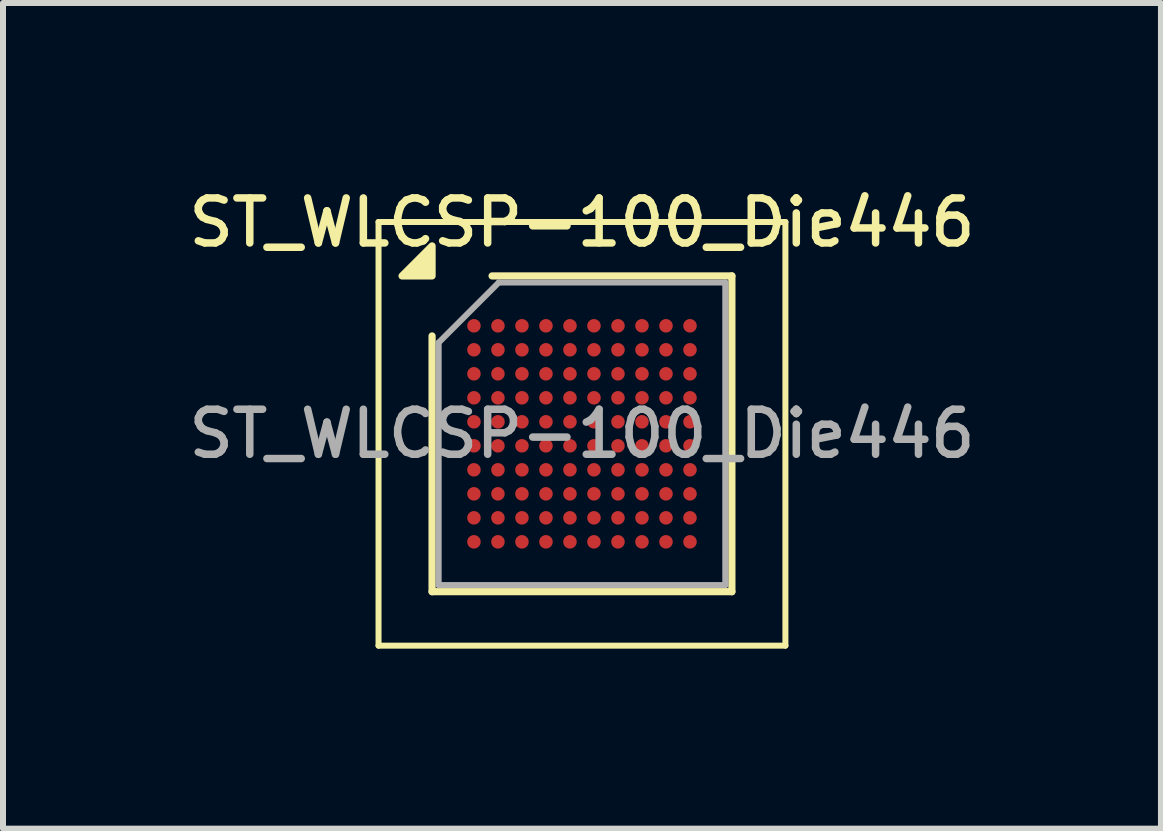
<source format=kicad_pcb>
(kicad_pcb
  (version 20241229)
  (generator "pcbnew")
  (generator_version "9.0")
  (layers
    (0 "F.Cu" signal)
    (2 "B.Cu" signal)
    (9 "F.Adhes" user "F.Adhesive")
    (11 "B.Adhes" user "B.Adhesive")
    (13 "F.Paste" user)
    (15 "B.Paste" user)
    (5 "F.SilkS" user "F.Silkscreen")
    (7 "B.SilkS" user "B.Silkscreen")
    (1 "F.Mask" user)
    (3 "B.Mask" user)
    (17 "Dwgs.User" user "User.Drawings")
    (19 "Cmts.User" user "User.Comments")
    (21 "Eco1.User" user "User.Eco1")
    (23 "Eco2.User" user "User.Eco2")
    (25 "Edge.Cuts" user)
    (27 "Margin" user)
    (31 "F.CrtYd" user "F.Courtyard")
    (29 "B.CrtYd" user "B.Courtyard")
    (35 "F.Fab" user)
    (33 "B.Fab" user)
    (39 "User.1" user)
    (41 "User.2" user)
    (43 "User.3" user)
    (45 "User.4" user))
  (footprint "ST_WLCSP-100_Die446"
    (layer "F.Cu")
    (at 6.648 4.179)
    (property "Reference" "ST_WLCSP-100_Die446" (at 0 -3.521 0) (layer "F.SilkS") (effects (font (size 0.75 0.75) (thickness 0.125))))
    (attr smd)
    (fp_line (start -3.39 -3.53) (end -3.39 3.53) (stroke (width 0.1) (type solid)) (layer "F.SilkS"))
    (fp_line (start -3.39 3.53) (end 3.39 3.53) (stroke (width 0.1) (type solid)) (layer "F.SilkS"))
    (fp_line (start -2.498 2.631) (end -2.498 -1.631) (stroke (width 0.12) (type solid)) (layer "F.SilkS"))
    (fp_line (start -1.498 -2.631) (end 2.498 -2.631) (stroke (width 0.12) (type solid)) (layer "F.SilkS"))
    (fp_line (start 2.498 -2.631) (end 2.498 2.631) (stroke (width 0.12) (type solid)) (layer "F.SilkS"))
    (fp_line (start 2.498 2.631) (end -2.498 2.631) (stroke (width 0.12) (type solid)) (layer "F.SilkS"))
    (fp_line (start 3.39 -3.53) (end -3.39 -3.53) (stroke (width 0.1) (type solid)) (layer "F.SilkS"))
    (fp_line (start 3.39 3.53) (end 3.39 -3.53) (stroke (width 0.1) (type solid)) (layer "F.SilkS"))
    (fp_poly (pts (xy -2.498 -2.631) (xy -2.998 -2.631) (xy -2.498 -3.131) (xy -2.498 -2.631)) (stroke (width 0.12) (type solid)) (fill yes) (layer "F.SilkS"))
    (fp_line (start -2.388 -1.52) (end -1.387 -2.521) (stroke (width 0.1) (type solid)) (layer "F.Fab"))
    (fp_line (start -2.388 2.521) (end -2.388 -1.52) (stroke (width 0.1) (type solid)) (layer "F.Fab"))
    (fp_line (start -1.387 -2.521) (end 2.388 -2.521) (stroke (width 0.1) (type solid)) (layer "F.Fab"))
    (fp_line (start 2.388 -2.521) (end 2.388 2.521) (stroke (width 0.1) (type solid)) (layer "F.Fab"))
    (fp_line (start 2.388 2.521) (end -2.388 2.521) (stroke (width 0.1) (type solid)) (layer "F.Fab"))
    (fp_text user "${REFERENCE}" (at 0 0 0) (layer "F.Fab") (effects (font (size 0.75 0.75) (thickness 0.125))))
    (pad "A1" smd circle (at -1.8 -1.8) (size 0.225 0.225) (property pad_prop_bga) (layers "F.Cu" "F.Mask" "F.Paste"))
    (pad "A2" smd circle (at -1.4 -1.8) (size 0.225 0.225) (property pad_prop_bga) (layers "F.Cu" "F.Mask" "F.Paste"))
    (pad "A3" smd circle (at -1 -1.8) (size 0.225 0.225) (property pad_prop_bga) (layers "F.Cu" "F.Mask" "F.Paste"))
    (pad "A4" smd circle (at -0.6 -1.8) (size 0.225 0.225) (property pad_prop_bga) (layers "F.Cu" "F.Mask" "F.Paste"))
    (pad "A5" smd circle (at -0.2 -1.8) (size 0.225 0.225) (property pad_prop_bga) (layers "F.Cu" "F.Mask" "F.Paste"))
    (pad "A6" smd circle (at 0.2 -1.8) (size 0.225 0.225) (property pad_prop_bga) (layers "F.Cu" "F.Mask" "F.Paste"))
    (pad "A7" smd circle (at 0.6 -1.8) (size 0.225 0.225) (property pad_prop_bga) (layers "F.Cu" "F.Mask" "F.Paste"))
    (pad "A8" smd circle (at 1 -1.8) (size 0.225 0.225) (property pad_prop_bga) (layers "F.Cu" "F.Mask" "F.Paste"))
    (pad "A9" smd circle (at 1.4 -1.8) (size 0.225 0.225) (property pad_prop_bga) (layers "F.Cu" "F.Mask" "F.Paste"))
    (pad "A10" smd circle (at 1.8 -1.8) (size 0.225 0.225) (property pad_prop_bga) (layers "F.Cu" "F.Mask" "F.Paste"))
    (pad "B1" smd circle (at -1.8 -1.4) (size 0.225 0.225) (property pad_prop_bga) (layers "F.Cu" "F.Mask" "F.Paste"))
    (pad "B2" smd circle (at -1.4 -1.4) (size 0.225 0.225) (property pad_prop_bga) (layers "F.Cu" "F.Mask" "F.Paste"))
    (pad "B3" smd circle (at -1 -1.4) (size 0.225 0.225) (property pad_prop_bga) (layers "F.Cu" "F.Mask" "F.Paste"))
    (pad "B4" smd circle (at -0.6 -1.4) (size 0.225 0.225) (property pad_prop_bga) (layers "F.Cu" "F.Mask" "F.Paste"))
    (pad "B5" smd circle (at -0.2 -1.4) (size 0.225 0.225) (property pad_prop_bga) (layers "F.Cu" "F.Mask" "F.Paste"))
    (pad "B6" smd circle (at 0.2 -1.4) (size 0.225 0.225) (property pad_prop_bga) (layers "F.Cu" "F.Mask" "F.Paste"))
    (pad "B7" smd circle (at 0.6 -1.4) (size 0.225 0.225) (property pad_prop_bga) (layers "F.Cu" "F.Mask" "F.Paste"))
    (pad "B8" smd circle (at 1 -1.4) (size 0.225 0.225) (property pad_prop_bga) (layers "F.Cu" "F.Mask" "F.Paste"))
    (pad "B9" smd circle (at 1.4 -1.4) (size 0.225 0.225) (property pad_prop_bga) (layers "F.Cu" "F.Mask" "F.Paste"))
    (pad "B10" smd circle (at 1.8 -1.4) (size 0.225 0.225) (property pad_prop_bga) (layers "F.Cu" "F.Mask" "F.Paste"))
    (pad "C1" smd circle (at -1.8 -1) (size 0.225 0.225) (property pad_prop_bga) (layers "F.Cu" "F.Mask" "F.Paste"))
    (pad "C2" smd circle (at -1.4 -1) (size 0.225 0.225) (property pad_prop_bga) (layers "F.Cu" "F.Mask" "F.Paste"))
    (pad "C3" smd circle (at -1 -1) (size 0.225 0.225) (property pad_prop_bga) (layers "F.Cu" "F.Mask" "F.Paste"))
    (pad "C4" smd circle (at -0.6 -1) (size 0.225 0.225) (property pad_prop_bga) (layers "F.Cu" "F.Mask" "F.Paste"))
    (pad "C5" smd circle (at -0.2 -1) (size 0.225 0.225) (property pad_prop_bga) (layers "F.Cu" "F.Mask" "F.Paste"))
    (pad "C6" smd circle (at 0.2 -1) (size 0.225 0.225) (property pad_prop_bga) (layers "F.Cu" "F.Mask" "F.Paste"))
    (pad "C7" smd circle (at 0.6 -1) (size 0.225 0.225) (property pad_prop_bga) (layers "F.Cu" "F.Mask" "F.Paste"))
    (pad "C8" smd circle (at 1 -1) (size 0.225 0.225) (property pad_prop_bga) (layers "F.Cu" "F.Mask" "F.Paste"))
    (pad "C9" smd circle (at 1.4 -1) (size 0.225 0.225) (property pad_prop_bga) (layers "F.Cu" "F.Mask" "F.Paste"))
    (pad "C10" smd circle (at 1.8 -1) (size 0.225 0.225) (property pad_prop_bga) (layers "F.Cu" "F.Mask" "F.Paste"))
    (pad "D1" smd circle (at -1.8 -0.6) (size 0.225 0.225) (property pad_prop_bga) (layers "F.Cu" "F.Mask" "F.Paste"))
    (pad "D2" smd circle (at -1.4 -0.6) (size 0.225 0.225) (property pad_prop_bga) (layers "F.Cu" "F.Mask" "F.Paste"))
    (pad "D3" smd circle (at -1 -0.6) (size 0.225 0.225) (property pad_prop_bga) (layers "F.Cu" "F.Mask" "F.Paste"))
    (pad "D4" smd circle (at -0.6 -0.6) (size 0.225 0.225) (property pad_prop_bga) (layers "F.Cu" "F.Mask" "F.Paste"))
    (pad "D5" smd circle (at -0.2 -0.6) (size 0.225 0.225) (property pad_prop_bga) (layers "F.Cu" "F.Mask" "F.Paste"))
    (pad "D6" smd circle (at 0.2 -0.6) (size 0.225 0.225) (property pad_prop_bga) (layers "F.Cu" "F.Mask" "F.Paste"))
    (pad "D7" smd circle (at 0.6 -0.6) (size 0.225 0.225) (property pad_prop_bga) (layers "F.Cu" "F.Mask" "F.Paste"))
    (pad "D8" smd circle (at 1 -0.6) (size 0.225 0.225) (property pad_prop_bga) (layers "F.Cu" "F.Mask" "F.Paste"))
    (pad "D9" smd circle (at 1.4 -0.6) (size 0.225 0.225) (property pad_prop_bga) (layers "F.Cu" "F.Mask" "F.Paste"))
    (pad "D10" smd circle (at 1.8 -0.6) (size 0.225 0.225) (property pad_prop_bga) (layers "F.Cu" "F.Mask" "F.Paste"))
    (pad "E1" smd circle (at -1.8 -0.2) (size 0.225 0.225) (property pad_prop_bga) (layers "F.Cu" "F.Mask" "F.Paste"))
    (pad "E2" smd circle (at -1.4 -0.2) (size 0.225 0.225) (property pad_prop_bga) (layers "F.Cu" "F.Mask" "F.Paste"))
    (pad "E3" smd circle (at -1 -0.2) (size 0.225 0.225) (property pad_prop_bga) (layers "F.Cu" "F.Mask" "F.Paste"))
    (pad "E4" smd circle (at -0.6 -0.2) (size 0.225 0.225) (property pad_prop_bga) (layers "F.Cu" "F.Mask" "F.Paste"))
    (pad "E5" smd circle (at -0.2 -0.2) (size 0.225 0.225) (property pad_prop_bga) (layers "F.Cu" "F.Mask" "F.Paste"))
    (pad "E6" smd circle (at 0.2 -0.2) (size 0.225 0.225) (property pad_prop_bga) (layers "F.Cu" "F.Mask" "F.Paste"))
    (pad "E7" smd circle (at 0.6 -0.2) (size 0.225 0.225) (property pad_prop_bga) (layers "F.Cu" "F.Mask" "F.Paste"))
    (pad "E8" smd circle (at 1 -0.2) (size 0.225 0.225) (property pad_prop_bga) (layers "F.Cu" "F.Mask" "F.Paste"))
    (pad "E9" smd circle (at 1.4 -0.2) (size 0.225 0.225) (property pad_prop_bga) (layers "F.Cu" "F.Mask" "F.Paste"))
    (pad "E10" smd circle (at 1.8 -0.2) (size 0.225 0.225) (property pad_prop_bga) (layers "F.Cu" "F.Mask" "F.Paste"))
    (pad "F1" smd circle (at -1.8 0.2) (size 0.225 0.225) (property pad_prop_bga) (layers "F.Cu" "F.Mask" "F.Paste"))
    (pad "F2" smd circle (at -1.4 0.2) (size 0.225 0.225) (property pad_prop_bga) (layers "F.Cu" "F.Mask" "F.Paste"))
    (pad "F3" smd circle (at -1 0.2) (size 0.225 0.225) (property pad_prop_bga) (layers "F.Cu" "F.Mask" "F.Paste"))
    (pad "F4" smd circle (at -0.6 0.2) (size 0.225 0.225) (property pad_prop_bga) (layers "F.Cu" "F.Mask" "F.Paste"))
    (pad "F5" smd circle (at -0.2 0.2) (size 0.225 0.225) (property pad_prop_bga) (layers "F.Cu" "F.Mask" "F.Paste"))
    (pad "F6" smd circle (at 0.2 0.2) (size 0.225 0.225) (property pad_prop_bga) (layers "F.Cu" "F.Mask" "F.Paste"))
    (pad "F7" smd circle (at 0.6 0.2) (size 0.225 0.225) (property pad_prop_bga) (layers "F.Cu" "F.Mask" "F.Paste"))
    (pad "F8" smd circle (at 1 0.2) (size 0.225 0.225) (property pad_prop_bga) (layers "F.Cu" "F.Mask" "F.Paste"))
    (pad "F9" smd circle (at 1.4 0.2) (size 0.225 0.225) (property pad_prop_bga) (layers "F.Cu" "F.Mask" "F.Paste"))
    (pad "F10" smd circle (at 1.8 0.2) (size 0.225 0.225) (property pad_prop_bga) (layers "F.Cu" "F.Mask" "F.Paste"))
    (pad "G1" smd circle (at -1.8 0.6) (size 0.225 0.225) (property pad_prop_bga) (layers "F.Cu" "F.Mask" "F.Paste"))
    (pad "G2" smd circle (at -1.4 0.6) (size 0.225 0.225) (property pad_prop_bga) (layers "F.Cu" "F.Mask" "F.Paste"))
    (pad "G3" smd circle (at -1 0.6) (size 0.225 0.225) (property pad_prop_bga) (layers "F.Cu" "F.Mask" "F.Paste"))
    (pad "G4" smd circle (at -0.6 0.6) (size 0.225 0.225) (property pad_prop_bga) (layers "F.Cu" "F.Mask" "F.Paste"))
    (pad "G5" smd circle (at -0.2 0.6) (size 0.225 0.225) (property pad_prop_bga) (layers "F.Cu" "F.Mask" "F.Paste"))
    (pad "G6" smd circle (at 0.2 0.6) (size 0.225 0.225) (property pad_prop_bga) (layers "F.Cu" "F.Mask" "F.Paste"))
    (pad "G7" smd circle (at 0.6 0.6) (size 0.225 0.225) (property pad_prop_bga) (layers "F.Cu" "F.Mask" "F.Paste"))
    (pad "G8" smd circle (at 1 0.6) (size 0.225 0.225) (property pad_prop_bga) (layers "F.Cu" "F.Mask" "F.Paste"))
    (pad "G9" smd circle (at 1.4 0.6) (size 0.225 0.225) (property pad_prop_bga) (layers "F.Cu" "F.Mask" "F.Paste"))
    (pad "G10" smd circle (at 1.8 0.6) (size 0.225 0.225) (property pad_prop_bga) (layers "F.Cu" "F.Mask" "F.Paste"))
    (pad "H1" smd circle (at -1.8 1) (size 0.225 0.225) (property pad_prop_bga) (layers "F.Cu" "F.Mask" "F.Paste"))
    (pad "H2" smd circle (at -1.4 1) (size 0.225 0.225) (property pad_prop_bga) (layers "F.Cu" "F.Mask" "F.Paste"))
    (pad "H3" smd circle (at -1 1) (size 0.225 0.225) (property pad_prop_bga) (layers "F.Cu" "F.Mask" "F.Paste"))
    (pad "H4" smd circle (at -0.6 1) (size 0.225 0.225) (property pad_prop_bga) (layers "F.Cu" "F.Mask" "F.Paste"))
    (pad "H5" smd circle (at -0.2 1) (size 0.225 0.225) (property pad_prop_bga) (layers "F.Cu" "F.Mask" "F.Paste"))
    (pad "H6" smd circle (at 0.2 1) (size 0.225 0.225) (property pad_prop_bga) (layers "F.Cu" "F.Mask" "F.Paste"))
    (pad "H7" smd circle (at 0.6 1) (size 0.225 0.225) (property pad_prop_bga) (layers "F.Cu" "F.Mask" "F.Paste"))
    (pad "H8" smd circle (at 1 1) (size 0.225 0.225) (property pad_prop_bga) (layers "F.Cu" "F.Mask" "F.Paste"))
    (pad "H9" smd circle (at 1.4 1) (size 0.225 0.225) (property pad_prop_bga) (layers "F.Cu" "F.Mask" "F.Paste"))
    (pad "H10" smd circle (at 1.8 1) (size 0.225 0.225) (property pad_prop_bga) (layers "F.Cu" "F.Mask" "F.Paste"))
    (pad "J1" smd circle (at -1.8 1.4) (size 0.225 0.225) (property pad_prop_bga) (layers "F.Cu" "F.Mask" "F.Paste"))
    (pad "J2" smd circle (at -1.4 1.4) (size 0.225 0.225) (property pad_prop_bga) (layers "F.Cu" "F.Mask" "F.Paste"))
    (pad "J3" smd circle (at -1 1.4) (size 0.225 0.225) (property pad_prop_bga) (layers "F.Cu" "F.Mask" "F.Paste"))
    (pad "J4" smd circle (at -0.6 1.4) (size 0.225 0.225) (property pad_prop_bga) (layers "F.Cu" "F.Mask" "F.Paste"))
    (pad "J5" smd circle (at -0.2 1.4) (size 0.225 0.225) (property pad_prop_bga) (layers "F.Cu" "F.Mask" "F.Paste"))
    (pad "J6" smd circle (at 0.2 1.4) (size 0.225 0.225) (property pad_prop_bga) (layers "F.Cu" "F.Mask" "F.Paste"))
    (pad "J7" smd circle (at 0.6 1.4) (size 0.225 0.225) (property pad_prop_bga) (layers "F.Cu" "F.Mask" "F.Paste"))
    (pad "J8" smd circle (at 1 1.4) (size 0.225 0.225) (property pad_prop_bga) (layers "F.Cu" "F.Mask" "F.Paste"))
    (pad "J9" smd circle (at 1.4 1.4) (size 0.225 0.225) (property pad_prop_bga) (layers "F.Cu" "F.Mask" "F.Paste"))
    (pad "J10" smd circle (at 1.8 1.4) (size 0.225 0.225) (property pad_prop_bga) (layers "F.Cu" "F.Mask" "F.Paste"))
    (pad "K1" smd circle (at -1.8 1.8) (size 0.225 0.225) (property pad_prop_bga) (layers "F.Cu" "F.Mask" "F.Paste"))
    (pad "K2" smd circle (at -1.4 1.8) (size 0.225 0.225) (property pad_prop_bga) (layers "F.Cu" "F.Mask" "F.Paste"))
    (pad "K3" smd circle (at -1 1.8) (size 0.225 0.225) (property pad_prop_bga) (layers "F.Cu" "F.Mask" "F.Paste"))
    (pad "K4" smd circle (at -0.6 1.8) (size 0.225 0.225) (property pad_prop_bga) (layers "F.Cu" "F.Mask" "F.Paste"))
    (pad "K5" smd circle (at -0.2 1.8) (size 0.225 0.225) (property pad_prop_bga) (layers "F.Cu" "F.Mask" "F.Paste"))
    (pad "K6" smd circle (at 0.2 1.8) (size 0.225 0.225) (property pad_prop_bga) (layers "F.Cu" "F.Mask" "F.Paste"))
    (pad "K7" smd circle (at 0.6 1.8) (size 0.225 0.225) (property pad_prop_bga) (layers "F.Cu" "F.Mask" "F.Paste"))
    (pad "K8" smd circle (at 1 1.8) (size 0.225 0.225) (property pad_prop_bga) (layers "F.Cu" "F.Mask" "F.Paste"))
    (pad "K9" smd circle (at 1.4 1.8) (size 0.225 0.225) (property pad_prop_bga) (layers "F.Cu" "F.Mask" "F.Paste"))
    (pad "K10" smd circle (at 1.8 1.8) (size 0.225 0.225) (property pad_prop_bga) (layers "F.Cu" "F.Mask" "F.Paste")))
  (gr_rect
    (start -3 -3)
    (end 16.296 10.759)
    (stroke (width 0.1) (type default))
    (fill no)
    (layer "Edge.Cuts")))
</source>
